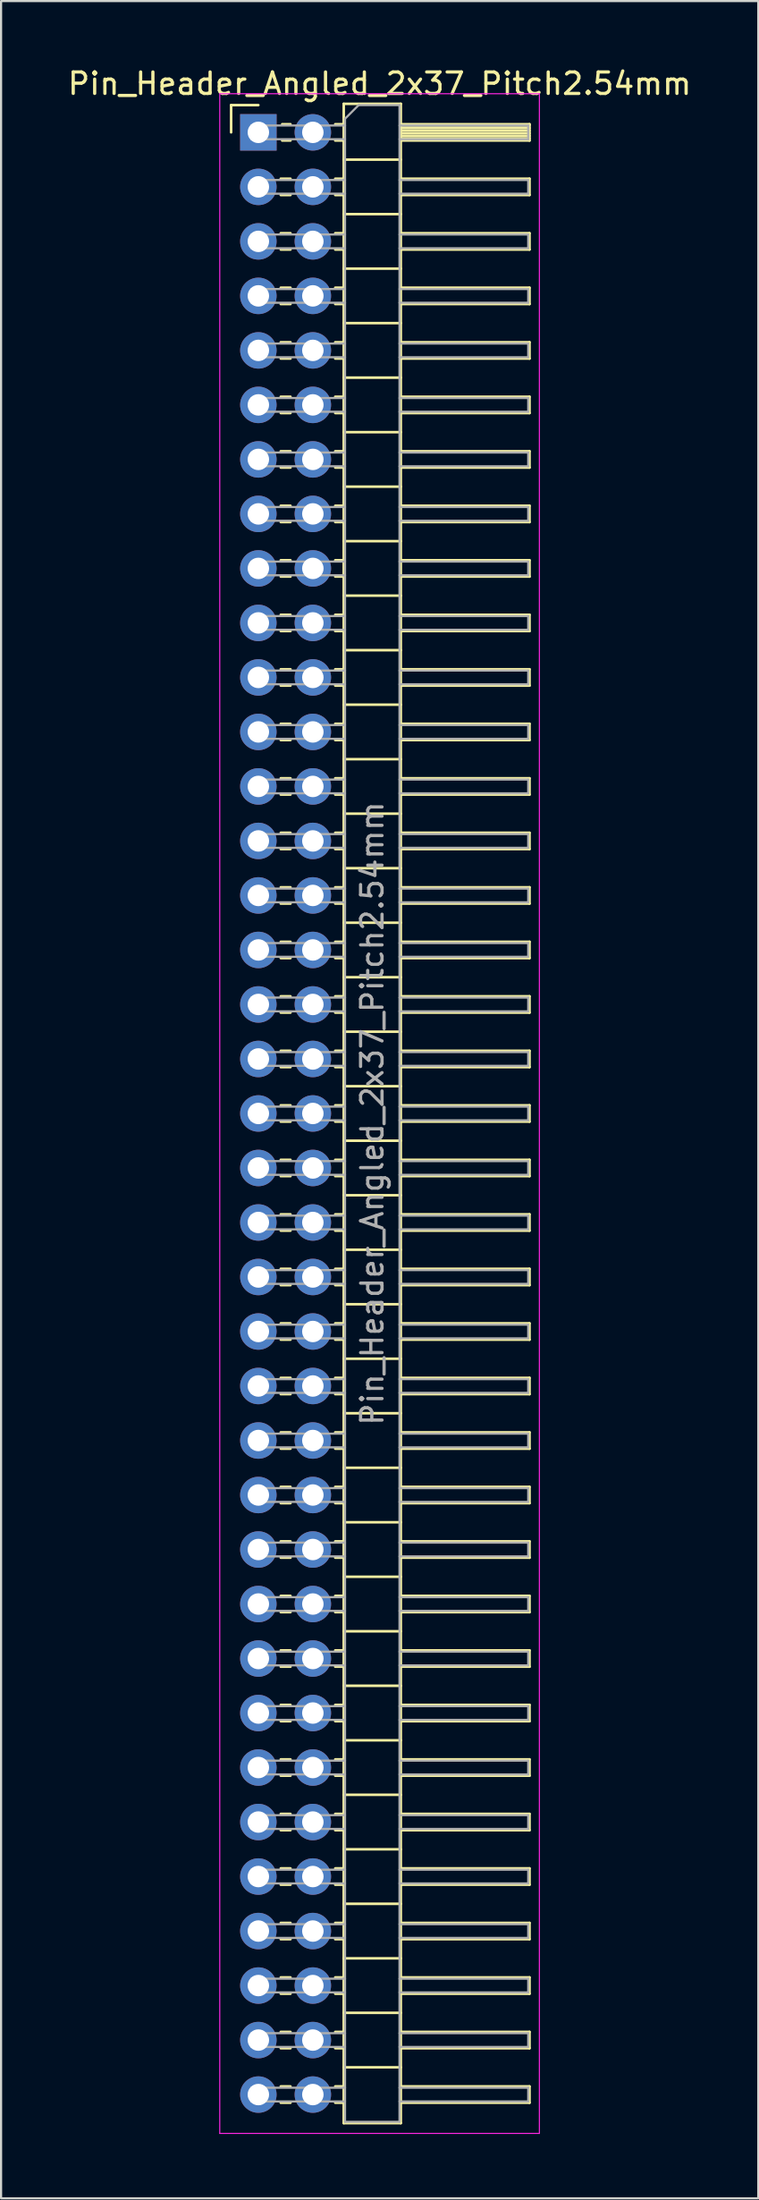
<source format=kicad_pcb>
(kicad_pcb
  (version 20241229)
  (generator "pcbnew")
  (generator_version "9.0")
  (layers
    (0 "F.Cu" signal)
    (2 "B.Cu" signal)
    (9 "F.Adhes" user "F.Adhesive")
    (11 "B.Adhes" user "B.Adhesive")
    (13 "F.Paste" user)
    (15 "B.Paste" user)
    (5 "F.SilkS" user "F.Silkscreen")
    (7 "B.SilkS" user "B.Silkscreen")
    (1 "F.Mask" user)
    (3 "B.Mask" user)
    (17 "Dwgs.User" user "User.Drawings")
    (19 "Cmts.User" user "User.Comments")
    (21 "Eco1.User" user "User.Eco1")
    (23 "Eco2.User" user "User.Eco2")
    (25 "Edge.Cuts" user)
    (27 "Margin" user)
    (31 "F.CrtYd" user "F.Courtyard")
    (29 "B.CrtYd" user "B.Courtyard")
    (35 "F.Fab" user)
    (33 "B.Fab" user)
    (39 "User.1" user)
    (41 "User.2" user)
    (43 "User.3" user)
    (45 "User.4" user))
  (footprint "Pin_Header_Angled_2x37_Pitch2.54mm"
    (layer "F.Cu")
    (at 8.994 3.118)
    (property "Reference" "Pin_Header_Angled_2x37_Pitch2.54mm" (at 5.655 -2.27 0) (layer "F.SilkS") (effects (font (size 1 1) (thickness 0.15))))
    (attr through_hole)
    (fp_line (start -1.27 -1.27) (end 0 -1.27) (stroke (width 0.12) (type solid)) (layer "F.SilkS"))
    (fp_line (start -1.27 0) (end -1.27 -1.27) (stroke (width 0.12) (type solid)) (layer "F.SilkS"))
    (fp_line (start 1.043 2.16) (end 1.497 2.16) (stroke (width 0.12) (type solid)) (layer "F.SilkS"))
    (fp_line (start 1.043 2.92) (end 1.497 2.92) (stroke (width 0.12) (type solid)) (layer "F.SilkS"))
    (fp_line (start 1.043 4.7) (end 1.497 4.7) (stroke (width 0.12) (type solid)) (layer "F.SilkS"))
    (fp_line (start 1.043 5.46) (end 1.497 5.46) (stroke (width 0.12) (type solid)) (layer "F.SilkS"))
    (fp_line (start 1.043 7.24) (end 1.497 7.24) (stroke (width 0.12) (type solid)) (layer "F.SilkS"))
    (fp_line (start 1.043 8) (end 1.497 8) (stroke (width 0.12) (type solid)) (layer "F.SilkS"))
    (fp_line (start 1.043 9.78) (end 1.497 9.78) (stroke (width 0.12) (type solid)) (layer "F.SilkS"))
    (fp_line (start 1.043 10.54) (end 1.497 10.54) (stroke (width 0.12) (type solid)) (layer "F.SilkS"))
    (fp_line (start 1.043 12.32) (end 1.497 12.32) (stroke (width 0.12) (type solid)) (layer "F.SilkS"))
    (fp_line (start 1.043 13.08) (end 1.497 13.08) (stroke (width 0.12) (type solid)) (layer "F.SilkS"))
    (fp_line (start 1.043 14.86) (end 1.497 14.86) (stroke (width 0.12) (type solid)) (layer "F.SilkS"))
    (fp_line (start 1.043 15.62) (end 1.497 15.62) (stroke (width 0.12) (type solid)) (layer "F.SilkS"))
    (fp_line (start 1.043 17.4) (end 1.497 17.4) (stroke (width 0.12) (type solid)) (layer "F.SilkS"))
    (fp_line (start 1.043 18.16) (end 1.497 18.16) (stroke (width 0.12) (type solid)) (layer "F.SilkS"))
    (fp_line (start 1.043 19.94) (end 1.497 19.94) (stroke (width 0.12) (type solid)) (layer "F.SilkS"))
    (fp_line (start 1.043 20.7) (end 1.497 20.7) (stroke (width 0.12) (type solid)) (layer "F.SilkS"))
    (fp_line (start 1.043 22.48) (end 1.497 22.48) (stroke (width 0.12) (type solid)) (layer "F.SilkS"))
    (fp_line (start 1.043 23.24) (end 1.497 23.24) (stroke (width 0.12) (type solid)) (layer "F.SilkS"))
    (fp_line (start 1.043 25.02) (end 1.497 25.02) (stroke (width 0.12) (type solid)) (layer "F.SilkS"))
    (fp_line (start 1.043 25.78) (end 1.497 25.78) (stroke (width 0.12) (type solid)) (layer "F.SilkS"))
    (fp_line (start 1.043 27.56) (end 1.497 27.56) (stroke (width 0.12) (type solid)) (layer "F.SilkS"))
    (fp_line (start 1.043 28.32) (end 1.497 28.32) (stroke (width 0.12) (type solid)) (layer "F.SilkS"))
    (fp_line (start 1.043 30.1) (end 1.497 30.1) (stroke (width 0.12) (type solid)) (layer "F.SilkS"))
    (fp_line (start 1.043 30.86) (end 1.497 30.86) (stroke (width 0.12) (type solid)) (layer "F.SilkS"))
    (fp_line (start 1.043 32.64) (end 1.497 32.64) (stroke (width 0.12) (type solid)) (layer "F.SilkS"))
    (fp_line (start 1.043 33.4) (end 1.497 33.4) (stroke (width 0.12) (type solid)) (layer "F.SilkS"))
    (fp_line (start 1.043 35.18) (end 1.497 35.18) (stroke (width 0.12) (type solid)) (layer "F.SilkS"))
    (fp_line (start 1.043 35.94) (end 1.497 35.94) (stroke (width 0.12) (type solid)) (layer "F.SilkS"))
    (fp_line (start 1.043 37.72) (end 1.497 37.72) (stroke (width 0.12) (type solid)) (layer "F.SilkS"))
    (fp_line (start 1.043 38.48) (end 1.497 38.48) (stroke (width 0.12) (type solid)) (layer "F.SilkS"))
    (fp_line (start 1.043 40.26) (end 1.497 40.26) (stroke (width 0.12) (type solid)) (layer "F.SilkS"))
    (fp_line (start 1.043 41.02) (end 1.497 41.02) (stroke (width 0.12) (type solid)) (layer "F.SilkS"))
    (fp_line (start 1.043 42.8) (end 1.497 42.8) (stroke (width 0.12) (type solid)) (layer "F.SilkS"))
    (fp_line (start 1.043 43.56) (end 1.497 43.56) (stroke (width 0.12) (type solid)) (layer "F.SilkS"))
    (fp_line (start 1.043 45.34) (end 1.497 45.34) (stroke (width 0.12) (type solid)) (layer "F.SilkS"))
    (fp_line (start 1.043 46.1) (end 1.497 46.1) (stroke (width 0.12) (type solid)) (layer "F.SilkS"))
    (fp_line (start 1.043 47.88) (end 1.497 47.88) (stroke (width 0.12) (type solid)) (layer "F.SilkS"))
    (fp_line (start 1.043 48.64) (end 1.497 48.64) (stroke (width 0.12) (type solid)) (layer "F.SilkS"))
    (fp_line (start 1.043 50.42) (end 1.497 50.42) (stroke (width 0.12) (type solid)) (layer "F.SilkS"))
    (fp_line (start 1.043 51.18) (end 1.497 51.18) (stroke (width 0.12) (type solid)) (layer "F.SilkS"))
    (fp_line (start 1.043 52.96) (end 1.497 52.96) (stroke (width 0.12) (type solid)) (layer "F.SilkS"))
    (fp_line (start 1.043 53.72) (end 1.497 53.72) (stroke (width 0.12) (type solid)) (layer "F.SilkS"))
    (fp_line (start 1.043 55.5) (end 1.497 55.5) (stroke (width 0.12) (type solid)) (layer "F.SilkS"))
    (fp_line (start 1.043 56.26) (end 1.497 56.26) (stroke (width 0.12) (type solid)) (layer "F.SilkS"))
    (fp_line (start 1.043 58.04) (end 1.497 58.04) (stroke (width 0.12) (type solid)) (layer "F.SilkS"))
    (fp_line (start 1.043 58.8) (end 1.497 58.8) (stroke (width 0.12) (type solid)) (layer "F.SilkS"))
    (fp_line (start 1.043 60.58) (end 1.497 60.58) (stroke (width 0.12) (type solid)) (layer "F.SilkS"))
    (fp_line (start 1.043 61.34) (end 1.497 61.34) (stroke (width 0.12) (type solid)) (layer "F.SilkS"))
    (fp_line (start 1.043 63.12) (end 1.497 63.12) (stroke (width 0.12) (type solid)) (layer "F.SilkS"))
    (fp_line (start 1.043 63.88) (end 1.497 63.88) (stroke (width 0.12) (type solid)) (layer "F.SilkS"))
    (fp_line (start 1.043 65.66) (end 1.497 65.66) (stroke (width 0.12) (type solid)) (layer "F.SilkS"))
    (fp_line (start 1.043 66.42) (end 1.497 66.42) (stroke (width 0.12) (type solid)) (layer "F.SilkS"))
    (fp_line (start 1.043 68.2) (end 1.497 68.2) (stroke (width 0.12) (type solid)) (layer "F.SilkS"))
    (fp_line (start 1.043 68.96) (end 1.497 68.96) (stroke (width 0.12) (type solid)) (layer "F.SilkS"))
    (fp_line (start 1.043 70.74) (end 1.497 70.74) (stroke (width 0.12) (type solid)) (layer "F.SilkS"))
    (fp_line (start 1.043 71.5) (end 1.497 71.5) (stroke (width 0.12) (type solid)) (layer "F.SilkS"))
    (fp_line (start 1.043 73.28) (end 1.497 73.28) (stroke (width 0.12) (type solid)) (layer "F.SilkS"))
    (fp_line (start 1.043 74.04) (end 1.497 74.04) (stroke (width 0.12) (type solid)) (layer "F.SilkS"))
    (fp_line (start 1.043 75.82) (end 1.497 75.82) (stroke (width 0.12) (type solid)) (layer "F.SilkS"))
    (fp_line (start 1.043 76.58) (end 1.497 76.58) (stroke (width 0.12) (type solid)) (layer "F.SilkS"))
    (fp_line (start 1.043 78.36) (end 1.497 78.36) (stroke (width 0.12) (type solid)) (layer "F.SilkS"))
    (fp_line (start 1.043 79.12) (end 1.497 79.12) (stroke (width 0.12) (type solid)) (layer "F.SilkS"))
    (fp_line (start 1.043 80.9) (end 1.497 80.9) (stroke (width 0.12) (type solid)) (layer "F.SilkS"))
    (fp_line (start 1.043 81.66) (end 1.497 81.66) (stroke (width 0.12) (type solid)) (layer "F.SilkS"))
    (fp_line (start 1.043 83.44) (end 1.497 83.44) (stroke (width 0.12) (type solid)) (layer "F.SilkS"))
    (fp_line (start 1.043 84.2) (end 1.497 84.2) (stroke (width 0.12) (type solid)) (layer "F.SilkS"))
    (fp_line (start 1.043 85.98) (end 1.497 85.98) (stroke (width 0.12) (type solid)) (layer "F.SilkS"))
    (fp_line (start 1.043 86.74) (end 1.497 86.74) (stroke (width 0.12) (type solid)) (layer "F.SilkS"))
    (fp_line (start 1.043 88.52) (end 1.497 88.52) (stroke (width 0.12) (type solid)) (layer "F.SilkS"))
    (fp_line (start 1.043 89.28) (end 1.497 89.28) (stroke (width 0.12) (type solid)) (layer "F.SilkS"))
    (fp_line (start 1.043 91.06) (end 1.497 91.06) (stroke (width 0.12) (type solid)) (layer "F.SilkS"))
    (fp_line (start 1.043 91.82) (end 1.497 91.82) (stroke (width 0.12) (type solid)) (layer "F.SilkS"))
    (fp_line (start 1.11 -0.38) (end 1.497 -0.38) (stroke (width 0.12) (type solid)) (layer "F.SilkS"))
    (fp_line (start 1.11 0.38) (end 1.497 0.38) (stroke (width 0.12) (type solid)) (layer "F.SilkS"))
    (fp_line (start 3.583 -0.38) (end 3.98 -0.38) (stroke (width 0.12) (type solid)) (layer "F.SilkS"))
    (fp_line (start 3.583 0.38) (end 3.98 0.38) (stroke (width 0.12) (type solid)) (layer "F.SilkS"))
    (fp_line (start 3.583 2.16) (end 3.98 2.16) (stroke (width 0.12) (type solid)) (layer "F.SilkS"))
    (fp_line (start 3.583 2.92) (end 3.98 2.92) (stroke (width 0.12) (type solid)) (layer "F.SilkS"))
    (fp_line (start 3.583 4.7) (end 3.98 4.7) (stroke (width 0.12) (type solid)) (layer "F.SilkS"))
    (fp_line (start 3.583 5.46) (end 3.98 5.46) (stroke (width 0.12) (type solid)) (layer "F.SilkS"))
    (fp_line (start 3.583 7.24) (end 3.98 7.24) (stroke (width 0.12) (type solid)) (layer "F.SilkS"))
    (fp_line (start 3.583 8) (end 3.98 8) (stroke (width 0.12) (type solid)) (layer "F.SilkS"))
    (fp_line (start 3.583 9.78) (end 3.98 9.78) (stroke (width 0.12) (type solid)) (layer "F.SilkS"))
    (fp_line (start 3.583 10.54) (end 3.98 10.54) (stroke (width 0.12) (type solid)) (layer "F.SilkS"))
    (fp_line (start 3.583 12.32) (end 3.98 12.32) (stroke (width 0.12) (type solid)) (layer "F.SilkS"))
    (fp_line (start 3.583 13.08) (end 3.98 13.08) (stroke (width 0.12) (type solid)) (layer "F.SilkS"))
    (fp_line (start 3.583 14.86) (end 3.98 14.86) (stroke (width 0.12) (type solid)) (layer "F.SilkS"))
    (fp_line (start 3.583 15.62) (end 3.98 15.62) (stroke (width 0.12) (type solid)) (layer "F.SilkS"))
    (fp_line (start 3.583 17.4) (end 3.98 17.4) (stroke (width 0.12) (type solid)) (layer "F.SilkS"))
    (fp_line (start 3.583 18.16) (end 3.98 18.16) (stroke (width 0.12) (type solid)) (layer "F.SilkS"))
    (fp_line (start 3.583 19.94) (end 3.98 19.94) (stroke (width 0.12) (type solid)) (layer "F.SilkS"))
    (fp_line (start 3.583 20.7) (end 3.98 20.7) (stroke (width 0.12) (type solid)) (layer "F.SilkS"))
    (fp_line (start 3.583 22.48) (end 3.98 22.48) (stroke (width 0.12) (type solid)) (layer "F.SilkS"))
    (fp_line (start 3.583 23.24) (end 3.98 23.24) (stroke (width 0.12) (type solid)) (layer "F.SilkS"))
    (fp_line (start 3.583 25.02) (end 3.98 25.02) (stroke (width 0.12) (type solid)) (layer "F.SilkS"))
    (fp_line (start 3.583 25.78) (end 3.98 25.78) (stroke (width 0.12) (type solid)) (layer "F.SilkS"))
    (fp_line (start 3.583 27.56) (end 3.98 27.56) (stroke (width 0.12) (type solid)) (layer "F.SilkS"))
    (fp_line (start 3.583 28.32) (end 3.98 28.32) (stroke (width 0.12) (type solid)) (layer "F.SilkS"))
    (fp_line (start 3.583 30.1) (end 3.98 30.1) (stroke (width 0.12) (type solid)) (layer "F.SilkS"))
    (fp_line (start 3.583 30.86) (end 3.98 30.86) (stroke (width 0.12) (type solid)) (layer "F.SilkS"))
    (fp_line (start 3.583 32.64) (end 3.98 32.64) (stroke (width 0.12) (type solid)) (layer "F.SilkS"))
    (fp_line (start 3.583 33.4) (end 3.98 33.4) (stroke (width 0.12) (type solid)) (layer "F.SilkS"))
    (fp_line (start 3.583 35.18) (end 3.98 35.18) (stroke (width 0.12) (type solid)) (layer "F.SilkS"))
    (fp_line (start 3.583 35.94) (end 3.98 35.94) (stroke (width 0.12) (type solid)) (layer "F.SilkS"))
    (fp_line (start 3.583 37.72) (end 3.98 37.72) (stroke (width 0.12) (type solid)) (layer "F.SilkS"))
    (fp_line (start 3.583 38.48) (end 3.98 38.48) (stroke (width 0.12) (type solid)) (layer "F.SilkS"))
    (fp_line (start 3.583 40.26) (end 3.98 40.26) (stroke (width 0.12) (type solid)) (layer "F.SilkS"))
    (fp_line (start 3.583 41.02) (end 3.98 41.02) (stroke (width 0.12) (type solid)) (layer "F.SilkS"))
    (fp_line (start 3.583 42.8) (end 3.98 42.8) (stroke (width 0.12) (type solid)) (layer "F.SilkS"))
    (fp_line (start 3.583 43.56) (end 3.98 43.56) (stroke (width 0.12) (type solid)) (layer "F.SilkS"))
    (fp_line (start 3.583 45.34) (end 3.98 45.34) (stroke (width 0.12) (type solid)) (layer "F.SilkS"))
    (fp_line (start 3.583 46.1) (end 3.98 46.1) (stroke (width 0.12) (type solid)) (layer "F.SilkS"))
    (fp_line (start 3.583 47.88) (end 3.98 47.88) (stroke (width 0.12) (type solid)) (layer "F.SilkS"))
    (fp_line (start 3.583 48.64) (end 3.98 48.64) (stroke (width 0.12) (type solid)) (layer "F.SilkS"))
    (fp_line (start 3.583 50.42) (end 3.98 50.42) (stroke (width 0.12) (type solid)) (layer "F.SilkS"))
    (fp_line (start 3.583 51.18) (end 3.98 51.18) (stroke (width 0.12) (type solid)) (layer "F.SilkS"))
    (fp_line (start 3.583 52.96) (end 3.98 52.96) (stroke (width 0.12) (type solid)) (layer "F.SilkS"))
    (fp_line (start 3.583 53.72) (end 3.98 53.72) (stroke (width 0.12) (type solid)) (layer "F.SilkS"))
    (fp_line (start 3.583 55.5) (end 3.98 55.5) (stroke (width 0.12) (type solid)) (layer "F.SilkS"))
    (fp_line (start 3.583 56.26) (end 3.98 56.26) (stroke (width 0.12) (type solid)) (layer "F.SilkS"))
    (fp_line (start 3.583 58.04) (end 3.98 58.04) (stroke (width 0.12) (type solid)) (layer "F.SilkS"))
    (fp_line (start 3.583 58.8) (end 3.98 58.8) (stroke (width 0.12) (type solid)) (layer "F.SilkS"))
    (fp_line (start 3.583 60.58) (end 3.98 60.58) (stroke (width 0.12) (type solid)) (layer "F.SilkS"))
    (fp_line (start 3.583 61.34) (end 3.98 61.34) (stroke (width 0.12) (type solid)) (layer "F.SilkS"))
    (fp_line (start 3.583 63.12) (end 3.98 63.12) (stroke (width 0.12) (type solid)) (layer "F.SilkS"))
    (fp_line (start 3.583 63.88) (end 3.98 63.88) (stroke (width 0.12) (type solid)) (layer "F.SilkS"))
    (fp_line (start 3.583 65.66) (end 3.98 65.66) (stroke (width 0.12) (type solid)) (layer "F.SilkS"))
    (fp_line (start 3.583 66.42) (end 3.98 66.42) (stroke (width 0.12) (type solid)) (layer "F.SilkS"))
    (fp_line (start 3.583 68.2) (end 3.98 68.2) (stroke (width 0.12) (type solid)) (layer "F.SilkS"))
    (fp_line (start 3.583 68.96) (end 3.98 68.96) (stroke (width 0.12) (type solid)) (layer "F.SilkS"))
    (fp_line (start 3.583 70.74) (end 3.98 70.74) (stroke (width 0.12) (type solid)) (layer "F.SilkS"))
    (fp_line (start 3.583 71.5) (end 3.98 71.5) (stroke (width 0.12) (type solid)) (layer "F.SilkS"))
    (fp_line (start 3.583 73.28) (end 3.98 73.28) (stroke (width 0.12) (type solid)) (layer "F.SilkS"))
    (fp_line (start 3.583 74.04) (end 3.98 74.04) (stroke (width 0.12) (type solid)) (layer "F.SilkS"))
    (fp_line (start 3.583 75.82) (end 3.98 75.82) (stroke (width 0.12) (type solid)) (layer "F.SilkS"))
    (fp_line (start 3.583 76.58) (end 3.98 76.58) (stroke (width 0.12) (type solid)) (layer "F.SilkS"))
    (fp_line (start 3.583 78.36) (end 3.98 78.36) (stroke (width 0.12) (type solid)) (layer "F.SilkS"))
    (fp_line (start 3.583 79.12) (end 3.98 79.12) (stroke (width 0.12) (type solid)) (layer "F.SilkS"))
    (fp_line (start 3.583 80.9) (end 3.98 80.9) (stroke (width 0.12) (type solid)) (layer "F.SilkS"))
    (fp_line (start 3.583 81.66) (end 3.98 81.66) (stroke (width 0.12) (type solid)) (layer "F.SilkS"))
    (fp_line (start 3.583 83.44) (end 3.98 83.44) (stroke (width 0.12) (type solid)) (layer "F.SilkS"))
    (fp_line (start 3.583 84.2) (end 3.98 84.2) (stroke (width 0.12) (type solid)) (layer "F.SilkS"))
    (fp_line (start 3.583 85.98) (end 3.98 85.98) (stroke (width 0.12) (type solid)) (layer "F.SilkS"))
    (fp_line (start 3.583 86.74) (end 3.98 86.74) (stroke (width 0.12) (type solid)) (layer "F.SilkS"))
    (fp_line (start 3.583 88.52) (end 3.98 88.52) (stroke (width 0.12) (type solid)) (layer "F.SilkS"))
    (fp_line (start 3.583 89.28) (end 3.98 89.28) (stroke (width 0.12) (type solid)) (layer "F.SilkS"))
    (fp_line (start 3.583 91.06) (end 3.98 91.06) (stroke (width 0.12) (type solid)) (layer "F.SilkS"))
    (fp_line (start 3.583 91.82) (end 3.98 91.82) (stroke (width 0.12) (type solid)) (layer "F.SilkS"))
    (fp_line (start 3.98 -1.33) (end 3.98 92.77) (stroke (width 0.12) (type solid)) (layer "F.SilkS"))
    (fp_line (start 3.98 1.27) (end 6.64 1.27) (stroke (width 0.12) (type solid)) (layer "F.SilkS"))
    (fp_line (start 3.98 3.81) (end 6.64 3.81) (stroke (width 0.12) (type solid)) (layer "F.SilkS"))
    (fp_line (start 3.98 6.35) (end 6.64 6.35) (stroke (width 0.12) (type solid)) (layer "F.SilkS"))
    (fp_line (start 3.98 8.89) (end 6.64 8.89) (stroke (width 0.12) (type solid)) (layer "F.SilkS"))
    (fp_line (start 3.98 11.43) (end 6.64 11.43) (stroke (width 0.12) (type solid)) (layer "F.SilkS"))
    (fp_line (start 3.98 13.97) (end 6.64 13.97) (stroke (width 0.12) (type solid)) (layer "F.SilkS"))
    (fp_line (start 3.98 16.51) (end 6.64 16.51) (stroke (width 0.12) (type solid)) (layer "F.SilkS"))
    (fp_line (start 3.98 19.05) (end 6.64 19.05) (stroke (width 0.12) (type solid)) (layer "F.SilkS"))
    (fp_line (start 3.98 21.59) (end 6.64 21.59) (stroke (width 0.12) (type solid)) (layer "F.SilkS"))
    (fp_line (start 3.98 24.13) (end 6.64 24.13) (stroke (width 0.12) (type solid)) (layer "F.SilkS"))
    (fp_line (start 3.98 26.67) (end 6.64 26.67) (stroke (width 0.12) (type solid)) (layer "F.SilkS"))
    (fp_line (start 3.98 29.21) (end 6.64 29.21) (stroke (width 0.12) (type solid)) (layer "F.SilkS"))
    (fp_line (start 3.98 31.75) (end 6.64 31.75) (stroke (width 0.12) (type solid)) (layer "F.SilkS"))
    (fp_line (start 3.98 34.29) (end 6.64 34.29) (stroke (width 0.12) (type solid)) (layer "F.SilkS"))
    (fp_line (start 3.98 36.83) (end 6.64 36.83) (stroke (width 0.12) (type solid)) (layer "F.SilkS"))
    (fp_line (start 3.98 39.37) (end 6.64 39.37) (stroke (width 0.12) (type solid)) (layer "F.SilkS"))
    (fp_line (start 3.98 41.91) (end 6.64 41.91) (stroke (width 0.12) (type solid)) (layer "F.SilkS"))
    (fp_line (start 3.98 44.45) (end 6.64 44.45) (stroke (width 0.12) (type solid)) (layer "F.SilkS"))
    (fp_line (start 3.98 46.99) (end 6.64 46.99) (stroke (width 0.12) (type solid)) (layer "F.SilkS"))
    (fp_line (start 3.98 49.53) (end 6.64 49.53) (stroke (width 0.12) (type solid)) (layer "F.SilkS"))
    (fp_line (start 3.98 52.07) (end 6.64 52.07) (stroke (width 0.12) (type solid)) (layer "F.SilkS"))
    (fp_line (start 3.98 54.61) (end 6.64 54.61) (stroke (width 0.12) (type solid)) (layer "F.SilkS"))
    (fp_line (start 3.98 57.15) (end 6.64 57.15) (stroke (width 0.12) (type solid)) (layer "F.SilkS"))
    (fp_line (start 3.98 59.69) (end 6.64 59.69) (stroke (width 0.12) (type solid)) (layer "F.SilkS"))
    (fp_line (start 3.98 62.23) (end 6.64 62.23) (stroke (width 0.12) (type solid)) (layer "F.SilkS"))
    (fp_line (start 3.98 64.77) (end 6.64 64.77) (stroke (width 0.12) (type solid)) (layer "F.SilkS"))
    (fp_line (start 3.98 67.31) (end 6.64 67.31) (stroke (width 0.12) (type solid)) (layer "F.SilkS"))
    (fp_line (start 3.98 69.85) (end 6.64 69.85) (stroke (width 0.12) (type solid)) (layer "F.SilkS"))
    (fp_line (start 3.98 72.39) (end 6.64 72.39) (stroke (width 0.12) (type solid)) (layer "F.SilkS"))
    (fp_line (start 3.98 74.93) (end 6.64 74.93) (stroke (width 0.12) (type solid)) (layer "F.SilkS"))
    (fp_line (start 3.98 77.47) (end 6.64 77.47) (stroke (width 0.12) (type solid)) (layer "F.SilkS"))
    (fp_line (start 3.98 80.01) (end 6.64 80.01) (stroke (width 0.12) (type solid)) (layer "F.SilkS"))
    (fp_line (start 3.98 82.55) (end 6.64 82.55) (stroke (width 0.12) (type solid)) (layer "F.SilkS"))
    (fp_line (start 3.98 85.09) (end 6.64 85.09) (stroke (width 0.12) (type solid)) (layer "F.SilkS"))
    (fp_line (start 3.98 87.63) (end 6.64 87.63) (stroke (width 0.12) (type solid)) (layer "F.SilkS"))
    (fp_line (start 3.98 90.17) (end 6.64 90.17) (stroke (width 0.12) (type solid)) (layer "F.SilkS"))
    (fp_line (start 3.98 92.77) (end 6.64 92.77) (stroke (width 0.12) (type solid)) (layer "F.SilkS"))
    (fp_line (start 6.64 -1.33) (end 3.98 -1.33) (stroke (width 0.12) (type solid)) (layer "F.SilkS"))
    (fp_line (start 6.64 -0.38) (end 12.64 -0.38) (stroke (width 0.12) (type solid)) (layer "F.SilkS"))
    (fp_line (start 6.64 -0.32) (end 12.64 -0.32) (stroke (width 0.12) (type solid)) (layer "F.SilkS"))
    (fp_line (start 6.64 -0.2) (end 12.64 -0.2) (stroke (width 0.12) (type solid)) (layer "F.SilkS"))
    (fp_line (start 6.64 -0.08) (end 12.64 -0.08) (stroke (width 0.12) (type solid)) (layer "F.SilkS"))
    (fp_line (start 6.64 0.04) (end 12.64 0.04) (stroke (width 0.12) (type solid)) (layer "F.SilkS"))
    (fp_line (start 6.64 0.16) (end 12.64 0.16) (stroke (width 0.12) (type solid)) (layer "F.SilkS"))
    (fp_line (start 6.64 0.28) (end 12.64 0.28) (stroke (width 0.12) (type solid)) (layer "F.SilkS"))
    (fp_line (start 6.64 2.16) (end 12.64 2.16) (stroke (width 0.12) (type solid)) (layer "F.SilkS"))
    (fp_line (start 6.64 4.7) (end 12.64 4.7) (stroke (width 0.12) (type solid)) (layer "F.SilkS"))
    (fp_line (start 6.64 7.24) (end 12.64 7.24) (stroke (width 0.12) (type solid)) (layer "F.SilkS"))
    (fp_line (start 6.64 9.78) (end 12.64 9.78) (stroke (width 0.12) (type solid)) (layer "F.SilkS"))
    (fp_line (start 6.64 12.32) (end 12.64 12.32) (stroke (width 0.12) (type solid)) (layer "F.SilkS"))
    (fp_line (start 6.64 14.86) (end 12.64 14.86) (stroke (width 0.12) (type solid)) (layer "F.SilkS"))
    (fp_line (start 6.64 17.4) (end 12.64 17.4) (stroke (width 0.12) (type solid)) (layer "F.SilkS"))
    (fp_line (start 6.64 19.94) (end 12.64 19.94) (stroke (width 0.12) (type solid)) (layer "F.SilkS"))
    (fp_line (start 6.64 22.48) (end 12.64 22.48) (stroke (width 0.12) (type solid)) (layer "F.SilkS"))
    (fp_line (start 6.64 25.02) (end 12.64 25.02) (stroke (width 0.12) (type solid)) (layer "F.SilkS"))
    (fp_line (start 6.64 27.56) (end 12.64 27.56) (stroke (width 0.12) (type solid)) (layer "F.SilkS"))
    (fp_line (start 6.64 30.1) (end 12.64 30.1) (stroke (width 0.12) (type solid)) (layer "F.SilkS"))
    (fp_line (start 6.64 32.64) (end 12.64 32.64) (stroke (width 0.12) (type solid)) (layer "F.SilkS"))
    (fp_line (start 6.64 35.18) (end 12.64 35.18) (stroke (width 0.12) (type solid)) (layer "F.SilkS"))
    (fp_line (start 6.64 37.72) (end 12.64 37.72) (stroke (width 0.12) (type solid)) (layer "F.SilkS"))
    (fp_line (start 6.64 40.26) (end 12.64 40.26) (stroke (width 0.12) (type solid)) (layer "F.SilkS"))
    (fp_line (start 6.64 42.8) (end 12.64 42.8) (stroke (width 0.12) (type solid)) (layer "F.SilkS"))
    (fp_line (start 6.64 45.34) (end 12.64 45.34) (stroke (width 0.12) (type solid)) (layer "F.SilkS"))
    (fp_line (start 6.64 47.88) (end 12.64 47.88) (stroke (width 0.12) (type solid)) (layer "F.SilkS"))
    (fp_line (start 6.64 50.42) (end 12.64 50.42) (stroke (width 0.12) (type solid)) (layer "F.SilkS"))
    (fp_line (start 6.64 52.96) (end 12.64 52.96) (stroke (width 0.12) (type solid)) (layer "F.SilkS"))
    (fp_line (start 6.64 55.5) (end 12.64 55.5) (stroke (width 0.12) (type solid)) (layer "F.SilkS"))
    (fp_line (start 6.64 58.04) (end 12.64 58.04) (stroke (width 0.12) (type solid)) (layer "F.SilkS"))
    (fp_line (start 6.64 60.58) (end 12.64 60.58) (stroke (width 0.12) (type solid)) (layer "F.SilkS"))
    (fp_line (start 6.64 63.12) (end 12.64 63.12) (stroke (width 0.12) (type solid)) (layer "F.SilkS"))
    (fp_line (start 6.64 65.66) (end 12.64 65.66) (stroke (width 0.12) (type solid)) (layer "F.SilkS"))
    (fp_line (start 6.64 68.2) (end 12.64 68.2) (stroke (width 0.12) (type solid)) (layer "F.SilkS"))
    (fp_line (start 6.64 70.74) (end 12.64 70.74) (stroke (width 0.12) (type solid)) (layer "F.SilkS"))
    (fp_line (start 6.64 73.28) (end 12.64 73.28) (stroke (width 0.12) (type solid)) (layer "F.SilkS"))
    (fp_line (start 6.64 75.82) (end 12.64 75.82) (stroke (width 0.12) (type solid)) (layer "F.SilkS"))
    (fp_line (start 6.64 78.36) (end 12.64 78.36) (stroke (width 0.12) (type solid)) (layer "F.SilkS"))
    (fp_line (start 6.64 80.9) (end 12.64 80.9) (stroke (width 0.12) (type solid)) (layer "F.SilkS"))
    (fp_line (start 6.64 83.44) (end 12.64 83.44) (stroke (width 0.12) (type solid)) (layer "F.SilkS"))
    (fp_line (start 6.64 85.98) (end 12.64 85.98) (stroke (width 0.12) (type solid)) (layer "F.SilkS"))
    (fp_line (start 6.64 88.52) (end 12.64 88.52) (stroke (width 0.12) (type solid)) (layer "F.SilkS"))
    (fp_line (start 6.64 91.06) (end 12.64 91.06) (stroke (width 0.12) (type solid)) (layer "F.SilkS"))
    (fp_line (start 6.64 92.77) (end 6.64 -1.33) (stroke (width 0.12) (type solid)) (layer "F.SilkS"))
    (fp_line (start 12.64 -0.38) (end 12.64 0.38) (stroke (width 0.12) (type solid)) (layer "F.SilkS"))
    (fp_line (start 12.64 0.38) (end 6.64 0.38) (stroke (width 0.12) (type solid)) (layer "F.SilkS"))
    (fp_line (start 12.64 2.16) (end 12.64 2.92) (stroke (width 0.12) (type solid)) (layer "F.SilkS"))
    (fp_line (start 12.64 2.92) (end 6.64 2.92) (stroke (width 0.12) (type solid)) (layer "F.SilkS"))
    (fp_line (start 12.64 4.7) (end 12.64 5.46) (stroke (width 0.12) (type solid)) (layer "F.SilkS"))
    (fp_line (start 12.64 5.46) (end 6.64 5.46) (stroke (width 0.12) (type solid)) (layer "F.SilkS"))
    (fp_line (start 12.64 7.24) (end 12.64 8) (stroke (width 0.12) (type solid)) (layer "F.SilkS"))
    (fp_line (start 12.64 8) (end 6.64 8) (stroke (width 0.12) (type solid)) (layer "F.SilkS"))
    (fp_line (start 12.64 9.78) (end 12.64 10.54) (stroke (width 0.12) (type solid)) (layer "F.SilkS"))
    (fp_line (start 12.64 10.54) (end 6.64 10.54) (stroke (width 0.12) (type solid)) (layer "F.SilkS"))
    (fp_line (start 12.64 12.32) (end 12.64 13.08) (stroke (width 0.12) (type solid)) (layer "F.SilkS"))
    (fp_line (start 12.64 13.08) (end 6.64 13.08) (stroke (width 0.12) (type solid)) (layer "F.SilkS"))
    (fp_line (start 12.64 14.86) (end 12.64 15.62) (stroke (width 0.12) (type solid)) (layer "F.SilkS"))
    (fp_line (start 12.64 15.62) (end 6.64 15.62) (stroke (width 0.12) (type solid)) (layer "F.SilkS"))
    (fp_line (start 12.64 17.4) (end 12.64 18.16) (stroke (width 0.12) (type solid)) (layer "F.SilkS"))
    (fp_line (start 12.64 18.16) (end 6.64 18.16) (stroke (width 0.12) (type solid)) (layer "F.SilkS"))
    (fp_line (start 12.64 19.94) (end 12.64 20.7) (stroke (width 0.12) (type solid)) (layer "F.SilkS"))
    (fp_line (start 12.64 20.7) (end 6.64 20.7) (stroke (width 0.12) (type solid)) (layer "F.SilkS"))
    (fp_line (start 12.64 22.48) (end 12.64 23.24) (stroke (width 0.12) (type solid)) (layer "F.SilkS"))
    (fp_line (start 12.64 23.24) (end 6.64 23.24) (stroke (width 0.12) (type solid)) (layer "F.SilkS"))
    (fp_line (start 12.64 25.02) (end 12.64 25.78) (stroke (width 0.12) (type solid)) (layer "F.SilkS"))
    (fp_line (start 12.64 25.78) (end 6.64 25.78) (stroke (width 0.12) (type solid)) (layer "F.SilkS"))
    (fp_line (start 12.64 27.56) (end 12.64 28.32) (stroke (width 0.12) (type solid)) (layer "F.SilkS"))
    (fp_line (start 12.64 28.32) (end 6.64 28.32) (stroke (width 0.12) (type solid)) (layer "F.SilkS"))
    (fp_line (start 12.64 30.1) (end 12.64 30.86) (stroke (width 0.12) (type solid)) (layer "F.SilkS"))
    (fp_line (start 12.64 30.86) (end 6.64 30.86) (stroke (width 0.12) (type solid)) (layer "F.SilkS"))
    (fp_line (start 12.64 32.64) (end 12.64 33.4) (stroke (width 0.12) (type solid)) (layer "F.SilkS"))
    (fp_line (start 12.64 33.4) (end 6.64 33.4) (stroke (width 0.12) (type solid)) (layer "F.SilkS"))
    (fp_line (start 12.64 35.18) (end 12.64 35.94) (stroke (width 0.12) (type solid)) (layer "F.SilkS"))
    (fp_line (start 12.64 35.94) (end 6.64 35.94) (stroke (width 0.12) (type solid)) (layer "F.SilkS"))
    (fp_line (start 12.64 37.72) (end 12.64 38.48) (stroke (width 0.12) (type solid)) (layer "F.SilkS"))
    (fp_line (start 12.64 38.48) (end 6.64 38.48) (stroke (width 0.12) (type solid)) (layer "F.SilkS"))
    (fp_line (start 12.64 40.26) (end 12.64 41.02) (stroke (width 0.12) (type solid)) (layer "F.SilkS"))
    (fp_line (start 12.64 41.02) (end 6.64 41.02) (stroke (width 0.12) (type solid)) (layer "F.SilkS"))
    (fp_line (start 12.64 42.8) (end 12.64 43.56) (stroke (width 0.12) (type solid)) (layer "F.SilkS"))
    (fp_line (start 12.64 43.56) (end 6.64 43.56) (stroke (width 0.12) (type solid)) (layer "F.SilkS"))
    (fp_line (start 12.64 45.34) (end 12.64 46.1) (stroke (width 0.12) (type solid)) (layer "F.SilkS"))
    (fp_line (start 12.64 46.1) (end 6.64 46.1) (stroke (width 0.12) (type solid)) (layer "F.SilkS"))
    (fp_line (start 12.64 47.88) (end 12.64 48.64) (stroke (width 0.12) (type solid)) (layer "F.SilkS"))
    (fp_line (start 12.64 48.64) (end 6.64 48.64) (stroke (width 0.12) (type solid)) (layer "F.SilkS"))
    (fp_line (start 12.64 50.42) (end 12.64 51.18) (stroke (width 0.12) (type solid)) (layer "F.SilkS"))
    (fp_line (start 12.64 51.18) (end 6.64 51.18) (stroke (width 0.12) (type solid)) (layer "F.SilkS"))
    (fp_line (start 12.64 52.96) (end 12.64 53.72) (stroke (width 0.12) (type solid)) (layer "F.SilkS"))
    (fp_line (start 12.64 53.72) (end 6.64 53.72) (stroke (width 0.12) (type solid)) (layer "F.SilkS"))
    (fp_line (start 12.64 55.5) (end 12.64 56.26) (stroke (width 0.12) (type solid)) (layer "F.SilkS"))
    (fp_line (start 12.64 56.26) (end 6.64 56.26) (stroke (width 0.12) (type solid)) (layer "F.SilkS"))
    (fp_line (start 12.64 58.04) (end 12.64 58.8) (stroke (width 0.12) (type solid)) (layer "F.SilkS"))
    (fp_line (start 12.64 58.8) (end 6.64 58.8) (stroke (width 0.12) (type solid)) (layer "F.SilkS"))
    (fp_line (start 12.64 60.58) (end 12.64 61.34) (stroke (width 0.12) (type solid)) (layer "F.SilkS"))
    (fp_line (start 12.64 61.34) (end 6.64 61.34) (stroke (width 0.12) (type solid)) (layer "F.SilkS"))
    (fp_line (start 12.64 63.12) (end 12.64 63.88) (stroke (width 0.12) (type solid)) (layer "F.SilkS"))
    (fp_line (start 12.64 63.88) (end 6.64 63.88) (stroke (width 0.12) (type solid)) (layer "F.SilkS"))
    (fp_line (start 12.64 65.66) (end 12.64 66.42) (stroke (width 0.12) (type solid)) (layer "F.SilkS"))
    (fp_line (start 12.64 66.42) (end 6.64 66.42) (stroke (width 0.12) (type solid)) (layer "F.SilkS"))
    (fp_line (start 12.64 68.2) (end 12.64 68.96) (stroke (width 0.12) (type solid)) (layer "F.SilkS"))
    (fp_line (start 12.64 68.96) (end 6.64 68.96) (stroke (width 0.12) (type solid)) (layer "F.SilkS"))
    (fp_line (start 12.64 70.74) (end 12.64 71.5) (stroke (width 0.12) (type solid)) (layer "F.SilkS"))
    (fp_line (start 12.64 71.5) (end 6.64 71.5) (stroke (width 0.12) (type solid)) (layer "F.SilkS"))
    (fp_line (start 12.64 73.28) (end 12.64 74.04) (stroke (width 0.12) (type solid)) (layer "F.SilkS"))
    (fp_line (start 12.64 74.04) (end 6.64 74.04) (stroke (width 0.12) (type solid)) (layer "F.SilkS"))
    (fp_line (start 12.64 75.82) (end 12.64 76.58) (stroke (width 0.12) (type solid)) (layer "F.SilkS"))
    (fp_line (start 12.64 76.58) (end 6.64 76.58) (stroke (width 0.12) (type solid)) (layer "F.SilkS"))
    (fp_line (start 12.64 78.36) (end 12.64 79.12) (stroke (width 0.12) (type solid)) (layer "F.SilkS"))
    (fp_line (start 12.64 79.12) (end 6.64 79.12) (stroke (width 0.12) (type solid)) (layer "F.SilkS"))
    (fp_line (start 12.64 80.9) (end 12.64 81.66) (stroke (width 0.12) (type solid)) (layer "F.SilkS"))
    (fp_line (start 12.64 81.66) (end 6.64 81.66) (stroke (width 0.12) (type solid)) (layer "F.SilkS"))
    (fp_line (start 12.64 83.44) (end 12.64 84.2) (stroke (width 0.12) (type solid)) (layer "F.SilkS"))
    (fp_line (start 12.64 84.2) (end 6.64 84.2) (stroke (width 0.12) (type solid)) (layer "F.SilkS"))
    (fp_line (start 12.64 85.98) (end 12.64 86.74) (stroke (width 0.12) (type solid)) (layer "F.SilkS"))
    (fp_line (start 12.64 86.74) (end 6.64 86.74) (stroke (width 0.12) (type solid)) (layer "F.SilkS"))
    (fp_line (start 12.64 88.52) (end 12.64 89.28) (stroke (width 0.12) (type solid)) (layer "F.SilkS"))
    (fp_line (start 12.64 89.28) (end 6.64 89.28) (stroke (width 0.12) (type solid)) (layer "F.SilkS"))
    (fp_line (start 12.64 91.06) (end 12.64 91.82) (stroke (width 0.12) (type solid)) (layer "F.SilkS"))
    (fp_line (start 12.64 91.82) (end 6.64 91.82) (stroke (width 0.12) (type solid)) (layer "F.SilkS"))
    (fp_line (start -1.8 -1.8) (end -1.8 93.25) (stroke (width 0.05) (type solid)) (layer "F.CrtYd"))
    (fp_line (start -1.8 93.25) (end 13.1 93.25) (stroke (width 0.05) (type solid)) (layer "F.CrtYd"))
    (fp_line (start 13.1 -1.8) (end -1.8 -1.8) (stroke (width 0.05) (type solid)) (layer "F.CrtYd"))
    (fp_line (start 13.1 93.25) (end 13.1 -1.8) (stroke (width 0.05) (type solid)) (layer "F.CrtYd"))
    (fp_line (start -0.32 -0.32) (end -0.32 0.32) (stroke (width 0.1) (type solid)) (layer "F.Fab"))
    (fp_line (start -0.32 -0.32) (end 4.04 -0.32) (stroke (width 0.1) (type solid)) (layer "F.Fab"))
    (fp_line (start -0.32 0.32) (end 4.04 0.32) (stroke (width 0.1) (type solid)) (layer "F.Fab"))
    (fp_line (start -0.32 2.22) (end -0.32 2.86) (stroke (width 0.1) (type solid)) (layer "F.Fab"))
    (fp_line (start -0.32 2.22) (end 4.04 2.22) (stroke (width 0.1) (type solid)) (layer "F.Fab"))
    (fp_line (start -0.32 2.86) (end 4.04 2.86) (stroke (width 0.1) (type solid)) (layer "F.Fab"))
    (fp_line (start -0.32 4.76) (end -0.32 5.4) (stroke (width 0.1) (type solid)) (layer "F.Fab"))
    (fp_line (start -0.32 4.76) (end 4.04 4.76) (stroke (width 0.1) (type solid)) (layer "F.Fab"))
    (fp_line (start -0.32 5.4) (end 4.04 5.4) (stroke (width 0.1) (type solid)) (layer "F.Fab"))
    (fp_line (start -0.32 7.3) (end -0.32 7.94) (stroke (width 0.1) (type solid)) (layer "F.Fab"))
    (fp_line (start -0.32 7.3) (end 4.04 7.3) (stroke (width 0.1) (type solid)) (layer "F.Fab"))
    (fp_line (start -0.32 7.94) (end 4.04 7.94) (stroke (width 0.1) (type solid)) (layer "F.Fab"))
    (fp_line (start -0.32 9.84) (end -0.32 10.48) (stroke (width 0.1) (type solid)) (layer "F.Fab"))
    (fp_line (start -0.32 9.84) (end 4.04 9.84) (stroke (width 0.1) (type solid)) (layer "F.Fab"))
    (fp_line (start -0.32 10.48) (end 4.04 10.48) (stroke (width 0.1) (type solid)) (layer "F.Fab"))
    (fp_line (start -0.32 12.38) (end -0.32 13.02) (stroke (width 0.1) (type solid)) (layer "F.Fab"))
    (fp_line (start -0.32 12.38) (end 4.04 12.38) (stroke (width 0.1) (type solid)) (layer "F.Fab"))
    (fp_line (start -0.32 13.02) (end 4.04 13.02) (stroke (width 0.1) (type solid)) (layer "F.Fab"))
    (fp_line (start -0.32 14.92) (end -0.32 15.56) (stroke (width 0.1) (type solid)) (layer "F.Fab"))
    (fp_line (start -0.32 14.92) (end 4.04 14.92) (stroke (width 0.1) (type solid)) (layer "F.Fab"))
    (fp_line (start -0.32 15.56) (end 4.04 15.56) (stroke (width 0.1) (type solid)) (layer "F.Fab"))
    (fp_line (start -0.32 17.46) (end -0.32 18.1) (stroke (width 0.1) (type solid)) (layer "F.Fab"))
    (fp_line (start -0.32 17.46) (end 4.04 17.46) (stroke (width 0.1) (type solid)) (layer "F.Fab"))
    (fp_line (start -0.32 18.1) (end 4.04 18.1) (stroke (width 0.1) (type solid)) (layer "F.Fab"))
    (fp_line (start -0.32 20) (end -0.32 20.64) (stroke (width 0.1) (type solid)) (layer "F.Fab"))
    (fp_line (start -0.32 20) (end 4.04 20) (stroke (width 0.1) (type solid)) (layer "F.Fab"))
    (fp_line (start -0.32 20.64) (end 4.04 20.64) (stroke (width 0.1) (type solid)) (layer "F.Fab"))
    (fp_line (start -0.32 22.54) (end -0.32 23.18) (stroke (width 0.1) (type solid)) (layer "F.Fab"))
    (fp_line (start -0.32 22.54) (end 4.04 22.54) (stroke (width 0.1) (type solid)) (layer "F.Fab"))
    (fp_line (start -0.32 23.18) (end 4.04 23.18) (stroke (width 0.1) (type solid)) (layer "F.Fab"))
    (fp_line (start -0.32 25.08) (end -0.32 25.72) (stroke (width 0.1) (type solid)) (layer "F.Fab"))
    (fp_line (start -0.32 25.08) (end 4.04 25.08) (stroke (width 0.1) (type solid)) (layer "F.Fab"))
    (fp_line (start -0.32 25.72) (end 4.04 25.72) (stroke (width 0.1) (type solid)) (layer "F.Fab"))
    (fp_line (start -0.32 27.62) (end -0.32 28.26) (stroke (width 0.1) (type solid)) (layer "F.Fab"))
    (fp_line (start -0.32 27.62) (end 4.04 27.62) (stroke (width 0.1) (type solid)) (layer "F.Fab"))
    (fp_line (start -0.32 28.26) (end 4.04 28.26) (stroke (width 0.1) (type solid)) (layer "F.Fab"))
    (fp_line (start -0.32 30.16) (end -0.32 30.8) (stroke (width 0.1) (type solid)) (layer "F.Fab"))
    (fp_line (start -0.32 30.16) (end 4.04 30.16) (stroke (width 0.1) (type solid)) (layer "F.Fab"))
    (fp_line (start -0.32 30.8) (end 4.04 30.8) (stroke (width 0.1) (type solid)) (layer "F.Fab"))
    (fp_line (start -0.32 32.7) (end -0.32 33.34) (stroke (width 0.1) (type solid)) (layer "F.Fab"))
    (fp_line (start -0.32 32.7) (end 4.04 32.7) (stroke (width 0.1) (type solid)) (layer "F.Fab"))
    (fp_line (start -0.32 33.34) (end 4.04 33.34) (stroke (width 0.1) (type solid)) (layer "F.Fab"))
    (fp_line (start -0.32 35.24) (end -0.32 35.88) (stroke (width 0.1) (type solid)) (layer "F.Fab"))
    (fp_line (start -0.32 35.24) (end 4.04 35.24) (stroke (width 0.1) (type solid)) (layer "F.Fab"))
    (fp_line (start -0.32 35.88) (end 4.04 35.88) (stroke (width 0.1) (type solid)) (layer "F.Fab"))
    (fp_line (start -0.32 37.78) (end -0.32 38.42) (stroke (width 0.1) (type solid)) (layer "F.Fab"))
    (fp_line (start -0.32 37.78) (end 4.04 37.78) (stroke (width 0.1) (type solid)) (layer "F.Fab"))
    (fp_line (start -0.32 38.42) (end 4.04 38.42) (stroke (width 0.1) (type solid)) (layer "F.Fab"))
    (fp_line (start -0.32 40.32) (end -0.32 40.96) (stroke (width 0.1) (type solid)) (layer "F.Fab"))
    (fp_line (start -0.32 40.32) (end 4.04 40.32) (stroke (width 0.1) (type solid)) (layer "F.Fab"))
    (fp_line (start -0.32 40.96) (end 4.04 40.96) (stroke (width 0.1) (type solid)) (layer "F.Fab"))
    (fp_line (start -0.32 42.86) (end -0.32 43.5) (stroke (width 0.1) (type solid)) (layer "F.Fab"))
    (fp_line (start -0.32 42.86) (end 4.04 42.86) (stroke (width 0.1) (type solid)) (layer "F.Fab"))
    (fp_line (start -0.32 43.5) (end 4.04 43.5) (stroke (width 0.1) (type solid)) (layer "F.Fab"))
    (fp_line (start -0.32 45.4) (end -0.32 46.04) (stroke (width 0.1) (type solid)) (layer "F.Fab"))
    (fp_line (start -0.32 45.4) (end 4.04 45.4) (stroke (width 0.1) (type solid)) (layer "F.Fab"))
    (fp_line (start -0.32 46.04) (end 4.04 46.04) (stroke (width 0.1) (type solid)) (layer "F.Fab"))
    (fp_line (start -0.32 47.94) (end -0.32 48.58) (stroke (width 0.1) (type solid)) (layer "F.Fab"))
    (fp_line (start -0.32 47.94) (end 4.04 47.94) (stroke (width 0.1) (type solid)) (layer "F.Fab"))
    (fp_line (start -0.32 48.58) (end 4.04 48.58) (stroke (width 0.1) (type solid)) (layer "F.Fab"))
    (fp_line (start -0.32 50.48) (end -0.32 51.12) (stroke (width 0.1) (type solid)) (layer "F.Fab"))
    (fp_line (start -0.32 50.48) (end 4.04 50.48) (stroke (width 0.1) (type solid)) (layer "F.Fab"))
    (fp_line (start -0.32 51.12) (end 4.04 51.12) (stroke (width 0.1) (type solid)) (layer "F.Fab"))
    (fp_line (start -0.32 53.02) (end -0.32 53.66) (stroke (width 0.1) (type solid)) (layer "F.Fab"))
    (fp_line (start -0.32 53.02) (end 4.04 53.02) (stroke (width 0.1) (type solid)) (layer "F.Fab"))
    (fp_line (start -0.32 53.66) (end 4.04 53.66) (stroke (width 0.1) (type solid)) (layer "F.Fab"))
    (fp_line (start -0.32 55.56) (end -0.32 56.2) (stroke (width 0.1) (type solid)) (layer "F.Fab"))
    (fp_line (start -0.32 55.56) (end 4.04 55.56) (stroke (width 0.1) (type solid)) (layer "F.Fab"))
    (fp_line (start -0.32 56.2) (end 4.04 56.2) (stroke (width 0.1) (type solid)) (layer "F.Fab"))
    (fp_line (start -0.32 58.1) (end -0.32 58.74) (stroke (width 0.1) (type solid)) (layer "F.Fab"))
    (fp_line (start -0.32 58.1) (end 4.04 58.1) (stroke (width 0.1) (type solid)) (layer "F.Fab"))
    (fp_line (start -0.32 58.74) (end 4.04 58.74) (stroke (width 0.1) (type solid)) (layer "F.Fab"))
    (fp_line (start -0.32 60.64) (end -0.32 61.28) (stroke (width 0.1) (type solid)) (layer "F.Fab"))
    (fp_line (start -0.32 60.64) (end 4.04 60.64) (stroke (width 0.1) (type solid)) (layer "F.Fab"))
    (fp_line (start -0.32 61.28) (end 4.04 61.28) (stroke (width 0.1) (type solid)) (layer "F.Fab"))
    (fp_line (start -0.32 63.18) (end -0.32 63.82) (stroke (width 0.1) (type solid)) (layer "F.Fab"))
    (fp_line (start -0.32 63.18) (end 4.04 63.18) (stroke (width 0.1) (type solid)) (layer "F.Fab"))
    (fp_line (start -0.32 63.82) (end 4.04 63.82) (stroke (width 0.1) (type solid)) (layer "F.Fab"))
    (fp_line (start -0.32 65.72) (end -0.32 66.36) (stroke (width 0.1) (type solid)) (layer "F.Fab"))
    (fp_line (start -0.32 65.72) (end 4.04 65.72) (stroke (width 0.1) (type solid)) (layer "F.Fab"))
    (fp_line (start -0.32 66.36) (end 4.04 66.36) (stroke (width 0.1) (type solid)) (layer "F.Fab"))
    (fp_line (start -0.32 68.26) (end -0.32 68.9) (stroke (width 0.1) (type solid)) (layer "F.Fab"))
    (fp_line (start -0.32 68.26) (end 4.04 68.26) (stroke (width 0.1) (type solid)) (layer "F.Fab"))
    (fp_line (start -0.32 68.9) (end 4.04 68.9) (stroke (width 0.1) (type solid)) (layer "F.Fab"))
    (fp_line (start -0.32 70.8) (end -0.32 71.44) (stroke (width 0.1) (type solid)) (layer "F.Fab"))
    (fp_line (start -0.32 70.8) (end 4.04 70.8) (stroke (width 0.1) (type solid)) (layer "F.Fab"))
    (fp_line (start -0.32 71.44) (end 4.04 71.44) (stroke (width 0.1) (type solid)) (layer "F.Fab"))
    (fp_line (start -0.32 73.34) (end -0.32 73.98) (stroke (width 0.1) (type solid)) (layer "F.Fab"))
    (fp_line (start -0.32 73.34) (end 4.04 73.34) (stroke (width 0.1) (type solid)) (layer "F.Fab"))
    (fp_line (start -0.32 73.98) (end 4.04 73.98) (stroke (width 0.1) (type solid)) (layer "F.Fab"))
    (fp_line (start -0.32 75.88) (end -0.32 76.52) (stroke (width 0.1) (type solid)) (layer "F.Fab"))
    (fp_line (start -0.32 75.88) (end 4.04 75.88) (stroke (width 0.1) (type solid)) (layer "F.Fab"))
    (fp_line (start -0.32 76.52) (end 4.04 76.52) (stroke (width 0.1) (type solid)) (layer "F.Fab"))
    (fp_line (start -0.32 78.42) (end -0.32 79.06) (stroke (width 0.1) (type solid)) (layer "F.Fab"))
    (fp_line (start -0.32 78.42) (end 4.04 78.42) (stroke (width 0.1) (type solid)) (layer "F.Fab"))
    (fp_line (start -0.32 79.06) (end 4.04 79.06) (stroke (width 0.1) (type solid)) (layer "F.Fab"))
    (fp_line (start -0.32 80.96) (end -0.32 81.6) (stroke (width 0.1) (type solid)) (layer "F.Fab"))
    (fp_line (start -0.32 80.96) (end 4.04 80.96) (stroke (width 0.1) (type solid)) (layer "F.Fab"))
    (fp_line (start -0.32 81.6) (end 4.04 81.6) (stroke (width 0.1) (type solid)) (layer "F.Fab"))
    (fp_line (start -0.32 83.5) (end -0.32 84.14) (stroke (width 0.1) (type solid)) (layer "F.Fab"))
    (fp_line (start -0.32 83.5) (end 4.04 83.5) (stroke (width 0.1) (type solid)) (layer "F.Fab"))
    (fp_line (start -0.32 84.14) (end 4.04 84.14) (stroke (width 0.1) (type solid)) (layer "F.Fab"))
    (fp_line (start -0.32 86.04) (end -0.32 86.68) (stroke (width 0.1) (type solid)) (layer "F.Fab"))
    (fp_line (start -0.32 86.04) (end 4.04 86.04) (stroke (width 0.1) (type solid)) (layer "F.Fab"))
    (fp_line (start -0.32 86.68) (end 4.04 86.68) (stroke (width 0.1) (type solid)) (layer "F.Fab"))
    (fp_line (start -0.32 88.58) (end -0.32 89.22) (stroke (width 0.1) (type solid)) (layer "F.Fab"))
    (fp_line (start -0.32 88.58) (end 4.04 88.58) (stroke (width 0.1) (type solid)) (layer "F.Fab"))
    (fp_line (start -0.32 89.22) (end 4.04 89.22) (stroke (width 0.1) (type solid)) (layer "F.Fab"))
    (fp_line (start -0.32 91.12) (end -0.32 91.76) (stroke (width 0.1) (type solid)) (layer "F.Fab"))
    (fp_line (start -0.32 91.12) (end 4.04 91.12) (stroke (width 0.1) (type solid)) (layer "F.Fab"))
    (fp_line (start -0.32 91.76) (end 4.04 91.76) (stroke (width 0.1) (type solid)) (layer "F.Fab"))
    (fp_line (start 4.04 -0.635) (end 4.675 -1.27) (stroke (width 0.1) (type solid)) (layer "F.Fab"))
    (fp_line (start 4.04 92.71) (end 4.04 -0.635) (stroke (width 0.1) (type solid)) (layer "F.Fab"))
    (fp_line (start 4.675 -1.27) (end 6.58 -1.27) (stroke (width 0.1) (type solid)) (layer "F.Fab"))
    (fp_line (start 6.58 -1.27) (end 6.58 92.71) (stroke (width 0.1) (type solid)) (layer "F.Fab"))
    (fp_line (start 6.58 -0.32) (end 12.58 -0.32) (stroke (width 0.1) (type solid)) (layer "F.Fab"))
    (fp_line (start 6.58 0.32) (end 12.58 0.32) (stroke (width 0.1) (type solid)) (layer "F.Fab"))
    (fp_line (start 6.58 2.22) (end 12.58 2.22) (stroke (width 0.1) (type solid)) (layer "F.Fab"))
    (fp_line (start 6.58 2.86) (end 12.58 2.86) (stroke (width 0.1) (type solid)) (layer "F.Fab"))
    (fp_line (start 6.58 4.76) (end 12.58 4.76) (stroke (width 0.1) (type solid)) (layer "F.Fab"))
    (fp_line (start 6.58 5.4) (end 12.58 5.4) (stroke (width 0.1) (type solid)) (layer "F.Fab"))
    (fp_line (start 6.58 7.3) (end 12.58 7.3) (stroke (width 0.1) (type solid)) (layer "F.Fab"))
    (fp_line (start 6.58 7.94) (end 12.58 7.94) (stroke (width 0.1) (type solid)) (layer "F.Fab"))
    (fp_line (start 6.58 9.84) (end 12.58 9.84) (stroke (width 0.1) (type solid)) (layer "F.Fab"))
    (fp_line (start 6.58 10.48) (end 12.58 10.48) (stroke (width 0.1) (type solid)) (layer "F.Fab"))
    (fp_line (start 6.58 12.38) (end 12.58 12.38) (stroke (width 0.1) (type solid)) (layer "F.Fab"))
    (fp_line (start 6.58 13.02) (end 12.58 13.02) (stroke (width 0.1) (type solid)) (layer "F.Fab"))
    (fp_line (start 6.58 14.92) (end 12.58 14.92) (stroke (width 0.1) (type solid)) (layer "F.Fab"))
    (fp_line (start 6.58 15.56) (end 12.58 15.56) (stroke (width 0.1) (type solid)) (layer "F.Fab"))
    (fp_line (start 6.58 17.46) (end 12.58 17.46) (stroke (width 0.1) (type solid)) (layer "F.Fab"))
    (fp_line (start 6.58 18.1) (end 12.58 18.1) (stroke (width 0.1) (type solid)) (layer "F.Fab"))
    (fp_line (start 6.58 20) (end 12.58 20) (stroke (width 0.1) (type solid)) (layer "F.Fab"))
    (fp_line (start 6.58 20.64) (end 12.58 20.64) (stroke (width 0.1) (type solid)) (layer "F.Fab"))
    (fp_line (start 6.58 22.54) (end 12.58 22.54) (stroke (width 0.1) (type solid)) (layer "F.Fab"))
    (fp_line (start 6.58 23.18) (end 12.58 23.18) (stroke (width 0.1) (type solid)) (layer "F.Fab"))
    (fp_line (start 6.58 25.08) (end 12.58 25.08) (stroke (width 0.1) (type solid)) (layer "F.Fab"))
    (fp_line (start 6.58 25.72) (end 12.58 25.72) (stroke (width 0.1) (type solid)) (layer "F.Fab"))
    (fp_line (start 6.58 27.62) (end 12.58 27.62) (stroke (width 0.1) (type solid)) (layer "F.Fab"))
    (fp_line (start 6.58 28.26) (end 12.58 28.26) (stroke (width 0.1) (type solid)) (layer "F.Fab"))
    (fp_line (start 6.58 30.16) (end 12.58 30.16) (stroke (width 0.1) (type solid)) (layer "F.Fab"))
    (fp_line (start 6.58 30.8) (end 12.58 30.8) (stroke (width 0.1) (type solid)) (layer "F.Fab"))
    (fp_line (start 6.58 32.7) (end 12.58 32.7) (stroke (width 0.1) (type solid)) (layer "F.Fab"))
    (fp_line (start 6.58 33.34) (end 12.58 33.34) (stroke (width 0.1) (type solid)) (layer "F.Fab"))
    (fp_line (start 6.58 35.24) (end 12.58 35.24) (stroke (width 0.1) (type solid)) (layer "F.Fab"))
    (fp_line (start 6.58 35.88) (end 12.58 35.88) (stroke (width 0.1) (type solid)) (layer "F.Fab"))
    (fp_line (start 6.58 37.78) (end 12.58 37.78) (stroke (width 0.1) (type solid)) (layer "F.Fab"))
    (fp_line (start 6.58 38.42) (end 12.58 38.42) (stroke (width 0.1) (type solid)) (layer "F.Fab"))
    (fp_line (start 6.58 40.32) (end 12.58 40.32) (stroke (width 0.1) (type solid)) (layer "F.Fab"))
    (fp_line (start 6.58 40.96) (end 12.58 40.96) (stroke (width 0.1) (type solid)) (layer "F.Fab"))
    (fp_line (start 6.58 42.86) (end 12.58 42.86) (stroke (width 0.1) (type solid)) (layer "F.Fab"))
    (fp_line (start 6.58 43.5) (end 12.58 43.5) (stroke (width 0.1) (type solid)) (layer "F.Fab"))
    (fp_line (start 6.58 45.4) (end 12.58 45.4) (stroke (width 0.1) (type solid)) (layer "F.Fab"))
    (fp_line (start 6.58 46.04) (end 12.58 46.04) (stroke (width 0.1) (type solid)) (layer "F.Fab"))
    (fp_line (start 6.58 47.94) (end 12.58 47.94) (stroke (width 0.1) (type solid)) (layer "F.Fab"))
    (fp_line (start 6.58 48.58) (end 12.58 48.58) (stroke (width 0.1) (type solid)) (layer "F.Fab"))
    (fp_line (start 6.58 50.48) (end 12.58 50.48) (stroke (width 0.1) (type solid)) (layer "F.Fab"))
    (fp_line (start 6.58 51.12) (end 12.58 51.12) (stroke (width 0.1) (type solid)) (layer "F.Fab"))
    (fp_line (start 6.58 53.02) (end 12.58 53.02) (stroke (width 0.1) (type solid)) (layer "F.Fab"))
    (fp_line (start 6.58 53.66) (end 12.58 53.66) (stroke (width 0.1) (type solid)) (layer "F.Fab"))
    (fp_line (start 6.58 55.56) (end 12.58 55.56) (stroke (width 0.1) (type solid)) (layer "F.Fab"))
    (fp_line (start 6.58 56.2) (end 12.58 56.2) (stroke (width 0.1) (type solid)) (layer "F.Fab"))
    (fp_line (start 6.58 58.1) (end 12.58 58.1) (stroke (width 0.1) (type solid)) (layer "F.Fab"))
    (fp_line (start 6.58 58.74) (end 12.58 58.74) (stroke (width 0.1) (type solid)) (layer "F.Fab"))
    (fp_line (start 6.58 60.64) (end 12.58 60.64) (stroke (width 0.1) (type solid)) (layer "F.Fab"))
    (fp_line (start 6.58 61.28) (end 12.58 61.28) (stroke (width 0.1) (type solid)) (layer "F.Fab"))
    (fp_line (start 6.58 63.18) (end 12.58 63.18) (stroke (width 0.1) (type solid)) (layer "F.Fab"))
    (fp_line (start 6.58 63.82) (end 12.58 63.82) (stroke (width 0.1) (type solid)) (layer "F.Fab"))
    (fp_line (start 6.58 65.72) (end 12.58 65.72) (stroke (width 0.1) (type solid)) (layer "F.Fab"))
    (fp_line (start 6.58 66.36) (end 12.58 66.36) (stroke (width 0.1) (type solid)) (layer "F.Fab"))
    (fp_line (start 6.58 68.26) (end 12.58 68.26) (stroke (width 0.1) (type solid)) (layer "F.Fab"))
    (fp_line (start 6.58 68.9) (end 12.58 68.9) (stroke (width 0.1) (type solid)) (layer "F.Fab"))
    (fp_line (start 6.58 70.8) (end 12.58 70.8) (stroke (width 0.1) (type solid)) (layer "F.Fab"))
    (fp_line (start 6.58 71.44) (end 12.58 71.44) (stroke (width 0.1) (type solid)) (layer "F.Fab"))
    (fp_line (start 6.58 73.34) (end 12.58 73.34) (stroke (width 0.1) (type solid)) (layer "F.Fab"))
    (fp_line (start 6.58 73.98) (end 12.58 73.98) (stroke (width 0.1) (type solid)) (layer "F.Fab"))
    (fp_line (start 6.58 75.88) (end 12.58 75.88) (stroke (width 0.1) (type solid)) (layer "F.Fab"))
    (fp_line (start 6.58 76.52) (end 12.58 76.52) (stroke (width 0.1) (type solid)) (layer "F.Fab"))
    (fp_line (start 6.58 78.42) (end 12.58 78.42) (stroke (width 0.1) (type solid)) (layer "F.Fab"))
    (fp_line (start 6.58 79.06) (end 12.58 79.06) (stroke (width 0.1) (type solid)) (layer "F.Fab"))
    (fp_line (start 6.58 80.96) (end 12.58 80.96) (stroke (width 0.1) (type solid)) (layer "F.Fab"))
    (fp_line (start 6.58 81.6) (end 12.58 81.6) (stroke (width 0.1) (type solid)) (layer "F.Fab"))
    (fp_line (start 6.58 83.5) (end 12.58 83.5) (stroke (width 0.1) (type solid)) (layer "F.Fab"))
    (fp_line (start 6.58 84.14) (end 12.58 84.14) (stroke (width 0.1) (type solid)) (layer "F.Fab"))
    (fp_line (start 6.58 86.04) (end 12.58 86.04) (stroke (width 0.1) (type solid)) (layer "F.Fab"))
    (fp_line (start 6.58 86.68) (end 12.58 86.68) (stroke (width 0.1) (type solid)) (layer "F.Fab"))
    (fp_line (start 6.58 88.58) (end 12.58 88.58) (stroke (width 0.1) (type solid)) (layer "F.Fab"))
    (fp_line (start 6.58 89.22) (end 12.58 89.22) (stroke (width 0.1) (type solid)) (layer "F.Fab"))
    (fp_line (start 6.58 91.12) (end 12.58 91.12) (stroke (width 0.1) (type solid)) (layer "F.Fab"))
    (fp_line (start 6.58 91.76) (end 12.58 91.76) (stroke (width 0.1) (type solid)) (layer "F.Fab"))
    (fp_line (start 6.58 92.71) (end 4.04 92.71) (stroke (width 0.1) (type solid)) (layer "F.Fab"))
    (fp_line (start 12.58 -0.32) (end 12.58 0.32) (stroke (width 0.1) (type solid)) (layer "F.Fab"))
    (fp_line (start 12.58 2.22) (end 12.58 2.86) (stroke (width 0.1) (type solid)) (layer "F.Fab"))
    (fp_line (start 12.58 4.76) (end 12.58 5.4) (stroke (width 0.1) (type solid)) (layer "F.Fab"))
    (fp_line (start 12.58 7.3) (end 12.58 7.94) (stroke (width 0.1) (type solid)) (layer "F.Fab"))
    (fp_line (start 12.58 9.84) (end 12.58 10.48) (stroke (width 0.1) (type solid)) (layer "F.Fab"))
    (fp_line (start 12.58 12.38) (end 12.58 13.02) (stroke (width 0.1) (type solid)) (layer "F.Fab"))
    (fp_line (start 12.58 14.92) (end 12.58 15.56) (stroke (width 0.1) (type solid)) (layer "F.Fab"))
    (fp_line (start 12.58 17.46) (end 12.58 18.1) (stroke (width 0.1) (type solid)) (layer "F.Fab"))
    (fp_line (start 12.58 20) (end 12.58 20.64) (stroke (width 0.1) (type solid)) (layer "F.Fab"))
    (fp_line (start 12.58 22.54) (end 12.58 23.18) (stroke (width 0.1) (type solid)) (layer "F.Fab"))
    (fp_line (start 12.58 25.08) (end 12.58 25.72) (stroke (width 0.1) (type solid)) (layer "F.Fab"))
    (fp_line (start 12.58 27.62) (end 12.58 28.26) (stroke (width 0.1) (type solid)) (layer "F.Fab"))
    (fp_line (start 12.58 30.16) (end 12.58 30.8) (stroke (width 0.1) (type solid)) (layer "F.Fab"))
    (fp_line (start 12.58 32.7) (end 12.58 33.34) (stroke (width 0.1) (type solid)) (layer "F.Fab"))
    (fp_line (start 12.58 35.24) (end 12.58 35.88) (stroke (width 0.1) (type solid)) (layer "F.Fab"))
    (fp_line (start 12.58 37.78) (end 12.58 38.42) (stroke (width 0.1) (type solid)) (layer "F.Fab"))
    (fp_line (start 12.58 40.32) (end 12.58 40.96) (stroke (width 0.1) (type solid)) (layer "F.Fab"))
    (fp_line (start 12.58 42.86) (end 12.58 43.5) (stroke (width 0.1) (type solid)) (layer "F.Fab"))
    (fp_line (start 12.58 45.4) (end 12.58 46.04) (stroke (width 0.1) (type solid)) (layer "F.Fab"))
    (fp_line (start 12.58 47.94) (end 12.58 48.58) (stroke (width 0.1) (type solid)) (layer "F.Fab"))
    (fp_line (start 12.58 50.48) (end 12.58 51.12) (stroke (width 0.1) (type solid)) (layer "F.Fab"))
    (fp_line (start 12.58 53.02) (end 12.58 53.66) (stroke (width 0.1) (type solid)) (layer "F.Fab"))
    (fp_line (start 12.58 55.56) (end 12.58 56.2) (stroke (width 0.1) (type solid)) (layer "F.Fab"))
    (fp_line (start 12.58 58.1) (end 12.58 58.74) (stroke (width 0.1) (type solid)) (layer "F.Fab"))
    (fp_line (start 12.58 60.64) (end 12.58 61.28) (stroke (width 0.1) (type solid)) (layer "F.Fab"))
    (fp_line (start 12.58 63.18) (end 12.58 63.82) (stroke (width 0.1) (type solid)) (layer "F.Fab"))
    (fp_line (start 12.58 65.72) (end 12.58 66.36) (stroke (width 0.1) (type solid)) (layer "F.Fab"))
    (fp_line (start 12.58 68.26) (end 12.58 68.9) (stroke (width 0.1) (type solid)) (layer "F.Fab"))
    (fp_line (start 12.58 70.8) (end 12.58 71.44) (stroke (width 0.1) (type solid)) (layer "F.Fab"))
    (fp_line (start 12.58 73.34) (end 12.58 73.98) (stroke (width 0.1) (type solid)) (layer "F.Fab"))
    (fp_line (start 12.58 75.88) (end 12.58 76.52) (stroke (width 0.1) (type solid)) (layer "F.Fab"))
    (fp_line (start 12.58 78.42) (end 12.58 79.06) (stroke (width 0.1) (type solid)) (layer "F.Fab"))
    (fp_line (start 12.58 80.96) (end 12.58 81.6) (stroke (width 0.1) (type solid)) (layer "F.Fab"))
    (fp_line (start 12.58 83.5) (end 12.58 84.14) (stroke (width 0.1) (type solid)) (layer "F.Fab"))
    (fp_line (start 12.58 86.04) (end 12.58 86.68) (stroke (width 0.1) (type solid)) (layer "F.Fab"))
    (fp_line (start 12.58 88.58) (end 12.58 89.22) (stroke (width 0.1) (type solid)) (layer "F.Fab"))
    (fp_line (start 12.58 91.12) (end 12.58 91.76) (stroke (width 0.1) (type solid)) (layer "F.Fab"))
    (fp_text user "${REFERENCE}" (at 5.31 45.72 90) (layer "F.Fab") (effects (font (size 1 1) (thickness 0.15))))
    (pad "1" thru_hole rect (at 0 0) (size 1.7 1.7) (drill 1) (layers "*.Cu" "*.Mask"))
    (pad "2" thru_hole oval (at 2.54 0) (size 1.7 1.7) (drill 1) (layers "*.Cu" "*.Mask"))
    (pad "3" thru_hole oval (at 0 2.54) (size 1.7 1.7) (drill 1) (layers "*.Cu" "*.Mask"))
    (pad "4" thru_hole oval (at 2.54 2.54) (size 1.7 1.7) (drill 1) (layers "*.Cu" "*.Mask"))
    (pad "5" thru_hole oval (at 0 5.08) (size 1.7 1.7) (drill 1) (layers "*.Cu" "*.Mask"))
    (pad "6" thru_hole oval (at 2.54 5.08) (size 1.7 1.7) (drill 1) (layers "*.Cu" "*.Mask"))
    (pad "7" thru_hole oval (at 0 7.62) (size 1.7 1.7) (drill 1) (layers "*.Cu" "*.Mask"))
    (pad "8" thru_hole oval (at 2.54 7.62) (size 1.7 1.7) (drill 1) (layers "*.Cu" "*.Mask"))
    (pad "9" thru_hole oval (at 0 10.16) (size 1.7 1.7) (drill 1) (layers "*.Cu" "*.Mask"))
    (pad "10" thru_hole oval (at 2.54 10.16) (size 1.7 1.7) (drill 1) (layers "*.Cu" "*.Mask"))
    (pad "11" thru_hole oval (at 0 12.7) (size 1.7 1.7) (drill 1) (layers "*.Cu" "*.Mask"))
    (pad "12" thru_hole oval (at 2.54 12.7) (size 1.7 1.7) (drill 1) (layers "*.Cu" "*.Mask"))
    (pad "13" thru_hole oval (at 0 15.24) (size 1.7 1.7) (drill 1) (layers "*.Cu" "*.Mask"))
    (pad "14" thru_hole oval (at 2.54 15.24) (size 1.7 1.7) (drill 1) (layers "*.Cu" "*.Mask"))
    (pad "15" thru_hole oval (at 0 17.78) (size 1.7 1.7) (drill 1) (layers "*.Cu" "*.Mask"))
    (pad "16" thru_hole oval (at 2.54 17.78) (size 1.7 1.7) (drill 1) (layers "*.Cu" "*.Mask"))
    (pad "17" thru_hole oval (at 0 20.32) (size 1.7 1.7) (drill 1) (layers "*.Cu" "*.Mask"))
    (pad "18" thru_hole oval (at 2.54 20.32) (size 1.7 1.7) (drill 1) (layers "*.Cu" "*.Mask"))
    (pad "19" thru_hole oval (at 0 22.86) (size 1.7 1.7) (drill 1) (layers "*.Cu" "*.Mask"))
    (pad "20" thru_hole oval (at 2.54 22.86) (size 1.7 1.7) (drill 1) (layers "*.Cu" "*.Mask"))
    (pad "21" thru_hole oval (at 0 25.4) (size 1.7 1.7) (drill 1) (layers "*.Cu" "*.Mask"))
    (pad "22" thru_hole oval (at 2.54 25.4) (size 1.7 1.7) (drill 1) (layers "*.Cu" "*.Mask"))
    (pad "23" thru_hole oval (at 0 27.94) (size 1.7 1.7) (drill 1) (layers "*.Cu" "*.Mask"))
    (pad "24" thru_hole oval (at 2.54 27.94) (size 1.7 1.7) (drill 1) (layers "*.Cu" "*.Mask"))
    (pad "25" thru_hole oval (at 0 30.48) (size 1.7 1.7) (drill 1) (layers "*.Cu" "*.Mask"))
    (pad "26" thru_hole oval (at 2.54 30.48) (size 1.7 1.7) (drill 1) (layers "*.Cu" "*.Mask"))
    (pad "27" thru_hole oval (at 0 33.02) (size 1.7 1.7) (drill 1) (layers "*.Cu" "*.Mask"))
    (pad "28" thru_hole oval (at 2.54 33.02) (size 1.7 1.7) (drill 1) (layers "*.Cu" "*.Mask"))
    (pad "29" thru_hole oval (at 0 35.56) (size 1.7 1.7) (drill 1) (layers "*.Cu" "*.Mask"))
    (pad "30" thru_hole oval (at 2.54 35.56) (size 1.7 1.7) (drill 1) (layers "*.Cu" "*.Mask"))
    (pad "31" thru_hole oval (at 0 38.1) (size 1.7 1.7) (drill 1) (layers "*.Cu" "*.Mask"))
    (pad "32" thru_hole oval (at 2.54 38.1) (size 1.7 1.7) (drill 1) (layers "*.Cu" "*.Mask"))
    (pad "33" thru_hole oval (at 0 40.64) (size 1.7 1.7) (drill 1) (layers "*.Cu" "*.Mask"))
    (pad "34" thru_hole oval (at 2.54 40.64) (size 1.7 1.7) (drill 1) (layers "*.Cu" "*.Mask"))
    (pad "35" thru_hole oval (at 0 43.18) (size 1.7 1.7) (drill 1) (layers "*.Cu" "*.Mask"))
    (pad "36" thru_hole oval (at 2.54 43.18) (size 1.7 1.7) (drill 1) (layers "*.Cu" "*.Mask"))
    (pad "37" thru_hole oval (at 0 45.72) (size 1.7 1.7) (drill 1) (layers "*.Cu" "*.Mask"))
    (pad "38" thru_hole oval (at 2.54 45.72) (size 1.7 1.7) (drill 1) (layers "*.Cu" "*.Mask"))
    (pad "39" thru_hole oval (at 0 48.26) (size 1.7 1.7) (drill 1) (layers "*.Cu" "*.Mask"))
    (pad "40" thru_hole oval (at 2.54 48.26) (size 1.7 1.7) (drill 1) (layers "*.Cu" "*.Mask"))
    (pad "41" thru_hole oval (at 0 50.8) (size 1.7 1.7) (drill 1) (layers "*.Cu" "*.Mask"))
    (pad "42" thru_hole oval (at 2.54 50.8) (size 1.7 1.7) (drill 1) (layers "*.Cu" "*.Mask"))
    (pad "43" thru_hole oval (at 0 53.34) (size 1.7 1.7) (drill 1) (layers "*.Cu" "*.Mask"))
    (pad "44" thru_hole oval (at 2.54 53.34) (size 1.7 1.7) (drill 1) (layers "*.Cu" "*.Mask"))
    (pad "45" thru_hole oval (at 0 55.88) (size 1.7 1.7) (drill 1) (layers "*.Cu" "*.Mask"))
    (pad "46" thru_hole oval (at 2.54 55.88) (size 1.7 1.7) (drill 1) (layers "*.Cu" "*.Mask"))
    (pad "47" thru_hole oval (at 0 58.42) (size 1.7 1.7) (drill 1) (layers "*.Cu" "*.Mask"))
    (pad "48" thru_hole oval (at 2.54 58.42) (size 1.7 1.7) (drill 1) (layers "*.Cu" "*.Mask"))
    (pad "49" thru_hole oval (at 0 60.96) (size 1.7 1.7) (drill 1) (layers "*.Cu" "*.Mask"))
    (pad "50" thru_hole oval (at 2.54 60.96) (size 1.7 1.7) (drill 1) (layers "*.Cu" "*.Mask"))
    (pad "51" thru_hole oval (at 0 63.5) (size 1.7 1.7) (drill 1) (layers "*.Cu" "*.Mask"))
    (pad "52" thru_hole oval (at 2.54 63.5) (size 1.7 1.7) (drill 1) (layers "*.Cu" "*.Mask"))
    (pad "53" thru_hole oval (at 0 66.04) (size 1.7 1.7) (drill 1) (layers "*.Cu" "*.Mask"))
    (pad "54" thru_hole oval (at 2.54 66.04) (size 1.7 1.7) (drill 1) (layers "*.Cu" "*.Mask"))
    (pad "55" thru_hole oval (at 0 68.58) (size 1.7 1.7) (drill 1) (layers "*.Cu" "*.Mask"))
    (pad "56" thru_hole oval (at 2.54 68.58) (size 1.7 1.7) (drill 1) (layers "*.Cu" "*.Mask"))
    (pad "57" thru_hole oval (at 0 71.12) (size 1.7 1.7) (drill 1) (layers "*.Cu" "*.Mask"))
    (pad "58" thru_hole oval (at 2.54 71.12) (size 1.7 1.7) (drill 1) (layers "*.Cu" "*.Mask"))
    (pad "59" thru_hole oval (at 0 73.66) (size 1.7 1.7) (drill 1) (layers "*.Cu" "*.Mask"))
    (pad "60" thru_hole oval (at 2.54 73.66) (size 1.7 1.7) (drill 1) (layers "*.Cu" "*.Mask"))
    (pad "61" thru_hole oval (at 0 76.2) (size 1.7 1.7) (drill 1) (layers "*.Cu" "*.Mask"))
    (pad "62" thru_hole oval (at 2.54 76.2) (size 1.7 1.7) (drill 1) (layers "*.Cu" "*.Mask"))
    (pad "63" thru_hole oval (at 0 78.74) (size 1.7 1.7) (drill 1) (layers "*.Cu" "*.Mask"))
    (pad "64" thru_hole oval (at 2.54 78.74) (size 1.7 1.7) (drill 1) (layers "*.Cu" "*.Mask"))
    (pad "65" thru_hole oval (at 0 81.28) (size 1.7 1.7) (drill 1) (layers "*.Cu" "*.Mask"))
    (pad "66" thru_hole oval (at 2.54 81.28) (size 1.7 1.7) (drill 1) (layers "*.Cu" "*.Mask"))
    (pad "67" thru_hole oval (at 0 83.82) (size 1.7 1.7) (drill 1) (layers "*.Cu" "*.Mask"))
    (pad "68" thru_hole oval (at 2.54 83.82) (size 1.7 1.7) (drill 1) (layers "*.Cu" "*.Mask"))
    (pad "69" thru_hole oval (at 0 86.36) (size 1.7 1.7) (drill 1) (layers "*.Cu" "*.Mask"))
    (pad "70" thru_hole oval (at 2.54 86.36) (size 1.7 1.7) (drill 1) (layers "*.Cu" "*.Mask"))
    (pad "71" thru_hole oval (at 0 88.9) (size 1.7 1.7) (drill 1) (layers "*.Cu" "*.Mask"))
    (pad "72" thru_hole oval (at 2.54 88.9) (size 1.7 1.7) (drill 1) (layers "*.Cu" "*.Mask"))
    (pad "73" thru_hole oval (at 0 91.44) (size 1.7 1.7) (drill 1) (layers "*.Cu" "*.Mask"))
    (pad "74" thru_hole oval (at 2.54 91.44) (size 1.7 1.7) (drill 1) (layers "*.Cu" "*.Mask")))
  (gr_rect
    (start -3 -3)
    (end 32.298 99.393)
    (stroke (width 0.1) (type default))
    (fill no)
    (layer "Edge.Cuts")))
</source>
